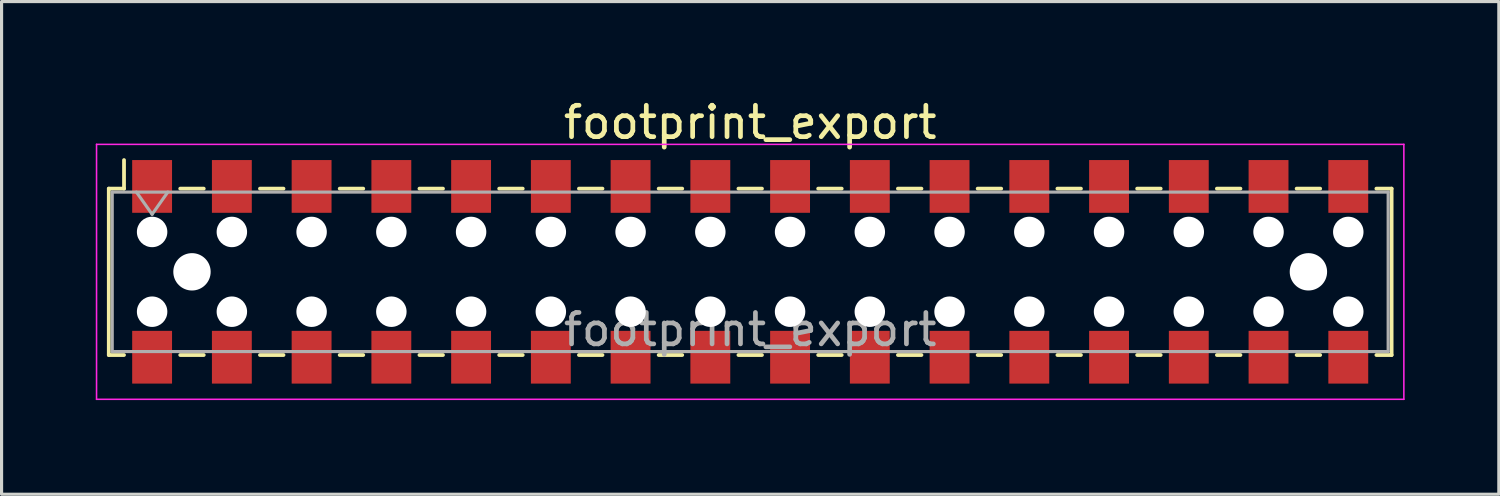
<source format=kicad_pcb>
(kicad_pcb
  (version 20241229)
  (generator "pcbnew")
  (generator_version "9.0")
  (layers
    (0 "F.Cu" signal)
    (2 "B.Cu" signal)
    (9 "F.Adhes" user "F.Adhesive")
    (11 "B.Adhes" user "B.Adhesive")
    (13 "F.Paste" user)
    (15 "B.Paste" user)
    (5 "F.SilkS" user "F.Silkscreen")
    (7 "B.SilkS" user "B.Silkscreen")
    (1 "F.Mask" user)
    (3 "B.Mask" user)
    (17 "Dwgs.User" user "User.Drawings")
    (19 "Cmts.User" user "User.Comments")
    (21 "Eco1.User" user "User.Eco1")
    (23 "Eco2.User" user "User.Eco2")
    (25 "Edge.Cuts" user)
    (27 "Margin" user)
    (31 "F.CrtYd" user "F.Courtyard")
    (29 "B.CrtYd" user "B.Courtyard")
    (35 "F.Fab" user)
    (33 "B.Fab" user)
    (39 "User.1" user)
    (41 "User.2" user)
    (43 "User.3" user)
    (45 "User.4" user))
  (footprint "footprint_export"
    (layer "F.Cu")
    (at 20.845 5.608)
    (property "Reference" "footprint_export" (at 0 -4.76 0) (layer "F.SilkS") (effects (font (size 1 1) (thickness 0.15))))
    (attr smd)
    (fp_line (start -20.43 -2.65) (end -20.43 2.65) (stroke (width 0.12) (type solid)) (layer "F.SilkS"))
    (fp_line (start -20.43 2.65) (end -19.945 2.65) (stroke (width 0.12) (type solid)) (layer "F.SilkS"))
    (fp_line (start -19.945 -3.56) (end -19.945 -2.65) (stroke (width 0.12) (type solid)) (layer "F.SilkS"))
    (fp_line (start -19.945 -2.65) (end -20.43 -2.65) (stroke (width 0.12) (type solid)) (layer "F.SilkS"))
    (fp_line (start -18.155 -2.65) (end -17.405 -2.65) (stroke (width 0.12) (type solid)) (layer "F.SilkS"))
    (fp_line (start -18.155 2.65) (end -17.405 2.65) (stroke (width 0.12) (type solid)) (layer "F.SilkS"))
    (fp_line (start -15.615 -2.65) (end -14.865 -2.65) (stroke (width 0.12) (type solid)) (layer "F.SilkS"))
    (fp_line (start -15.615 2.65) (end -14.865 2.65) (stroke (width 0.12) (type solid)) (layer "F.SilkS"))
    (fp_line (start -13.075 -2.65) (end -12.325 -2.65) (stroke (width 0.12) (type solid)) (layer "F.SilkS"))
    (fp_line (start -13.075 2.65) (end -12.325 2.65) (stroke (width 0.12) (type solid)) (layer "F.SilkS"))
    (fp_line (start -10.535 -2.65) (end -9.785 -2.65) (stroke (width 0.12) (type solid)) (layer "F.SilkS"))
    (fp_line (start -10.535 2.65) (end -9.785 2.65) (stroke (width 0.12) (type solid)) (layer "F.SilkS"))
    (fp_line (start -7.995 -2.65) (end -7.245 -2.65) (stroke (width 0.12) (type solid)) (layer "F.SilkS"))
    (fp_line (start -7.995 2.65) (end -7.245 2.65) (stroke (width 0.12) (type solid)) (layer "F.SilkS"))
    (fp_line (start -5.455 -2.65) (end -4.705 -2.65) (stroke (width 0.12) (type solid)) (layer "F.SilkS"))
    (fp_line (start -5.455 2.65) (end -4.705 2.65) (stroke (width 0.12) (type solid)) (layer "F.SilkS"))
    (fp_line (start -2.915 -2.65) (end -2.165 -2.65) (stroke (width 0.12) (type solid)) (layer "F.SilkS"))
    (fp_line (start -2.915 2.65) (end -2.165 2.65) (stroke (width 0.12) (type solid)) (layer "F.SilkS"))
    (fp_line (start -0.375 -2.65) (end 0.375 -2.65) (stroke (width 0.12) (type solid)) (layer "F.SilkS"))
    (fp_line (start -0.375 2.65) (end 0.375 2.65) (stroke (width 0.12) (type solid)) (layer "F.SilkS"))
    (fp_line (start 2.165 -2.65) (end 2.915 -2.65) (stroke (width 0.12) (type solid)) (layer "F.SilkS"))
    (fp_line (start 2.165 2.65) (end 2.915 2.65) (stroke (width 0.12) (type solid)) (layer "F.SilkS"))
    (fp_line (start 4.705 -2.65) (end 5.455 -2.65) (stroke (width 0.12) (type solid)) (layer "F.SilkS"))
    (fp_line (start 4.705 2.65) (end 5.455 2.65) (stroke (width 0.12) (type solid)) (layer "F.SilkS"))
    (fp_line (start 7.245 -2.65) (end 7.995 -2.65) (stroke (width 0.12) (type solid)) (layer "F.SilkS"))
    (fp_line (start 7.245 2.65) (end 7.995 2.65) (stroke (width 0.12) (type solid)) (layer "F.SilkS"))
    (fp_line (start 9.785 -2.65) (end 10.535 -2.65) (stroke (width 0.12) (type solid)) (layer "F.SilkS"))
    (fp_line (start 9.785 2.65) (end 10.535 2.65) (stroke (width 0.12) (type solid)) (layer "F.SilkS"))
    (fp_line (start 12.325 -2.65) (end 13.075 -2.65) (stroke (width 0.12) (type solid)) (layer "F.SilkS"))
    (fp_line (start 12.325 2.65) (end 13.075 2.65) (stroke (width 0.12) (type solid)) (layer "F.SilkS"))
    (fp_line (start 14.865 -2.65) (end 15.615 -2.65) (stroke (width 0.12) (type solid)) (layer "F.SilkS"))
    (fp_line (start 14.865 2.65) (end 15.615 2.65) (stroke (width 0.12) (type solid)) (layer "F.SilkS"))
    (fp_line (start 17.405 -2.65) (end 18.155 -2.65) (stroke (width 0.12) (type solid)) (layer "F.SilkS"))
    (fp_line (start 17.405 2.65) (end 18.155 2.65) (stroke (width 0.12) (type solid)) (layer "F.SilkS"))
    (fp_line (start 19.945 -2.65) (end 20.43 -2.65) (stroke (width 0.12) (type solid)) (layer "F.SilkS"))
    (fp_line (start 20.43 -2.65) (end 20.43 2.65) (stroke (width 0.12) (type solid)) (layer "F.SilkS"))
    (fp_line (start 20.43 2.65) (end 19.945 2.65) (stroke (width 0.12) (type solid)) (layer "F.SilkS"))
    (fp_line (start -20.82 -4.06) (end 20.82 -4.06) (stroke (width 0.05) (type solid)) (layer "F.CrtYd"))
    (fp_line (start -20.82 4.06) (end -20.82 -4.06) (stroke (width 0.05) (type solid)) (layer "F.CrtYd"))
    (fp_line (start 20.82 -4.06) (end 20.82 4.06) (stroke (width 0.05) (type solid)) (layer "F.CrtYd"))
    (fp_line (start 20.82 4.06) (end -20.82 4.06) (stroke (width 0.05) (type solid)) (layer "F.CrtYd"))
    (fp_line (start -20.32 -2.54) (end 20.32 -2.54) (stroke (width 0.1) (type solid)) (layer "F.Fab"))
    (fp_line (start -20.32 2.54) (end -20.32 -2.54) (stroke (width 0.1) (type solid)) (layer "F.Fab"))
    (fp_line (start -19.55 -2.54) (end -19.05 -1.833) (stroke (width 0.1) (type solid)) (layer "F.Fab"))
    (fp_line (start -19.05 -1.833) (end -18.55 -2.54) (stroke (width 0.1) (type solid)) (layer "F.Fab"))
    (fp_line (start 20.32 -2.54) (end 20.32 2.54) (stroke (width 0.1) (type solid)) (layer "F.Fab"))
    (fp_line (start 20.32 2.54) (end -20.32 2.54) (stroke (width 0.1) (type solid)) (layer "F.Fab"))
    (fp_text user "${REFERENCE}" (at 0 1.84 0) (layer "F.Fab") (effects (font (size 1 1) (thickness 0.15))))
    (pad "" np_thru_hole circle (at -19.05 -1.27) (size 0.97 0.97) (drill 0.97) (layers "*.Cu" "*.Mask"))
    (pad "" np_thru_hole circle (at -19.05 1.27) (size 0.97 0.97) (drill 0.97) (layers "*.Cu" "*.Mask"))
    (pad "" np_thru_hole circle (at -17.78 0) (size 1.19 1.19) (drill 1.19) (layers "*.Cu" "*.Mask"))
    (pad "" np_thru_hole circle (at -16.51 -1.27) (size 0.97 0.97) (drill 0.97) (layers "*.Cu" "*.Mask"))
    (pad "" np_thru_hole circle (at -16.51 1.27) (size 0.97 0.97) (drill 0.97) (layers "*.Cu" "*.Mask"))
    (pad "" np_thru_hole circle (at -13.97 -1.27) (size 0.97 0.97) (drill 0.97) (layers "*.Cu" "*.Mask"))
    (pad "" np_thru_hole circle (at -13.97 1.27) (size 0.97 0.97) (drill 0.97) (layers "*.Cu" "*.Mask"))
    (pad "" np_thru_hole circle (at -11.43 -1.27) (size 0.97 0.97) (drill 0.97) (layers "*.Cu" "*.Mask"))
    (pad "" np_thru_hole circle (at -11.43 1.27) (size 0.97 0.97) (drill 0.97) (layers "*.Cu" "*.Mask"))
    (pad "" np_thru_hole circle (at -8.89 -1.27) (size 0.97 0.97) (drill 0.97) (layers "*.Cu" "*.Mask"))
    (pad "" np_thru_hole circle (at -8.89 1.27) (size 0.97 0.97) (drill 0.97) (layers "*.Cu" "*.Mask"))
    (pad "" np_thru_hole circle (at -6.35 -1.27) (size 0.97 0.97) (drill 0.97) (layers "*.Cu" "*.Mask"))
    (pad "" np_thru_hole circle (at -6.35 1.27) (size 0.97 0.97) (drill 0.97) (layers "*.Cu" "*.Mask"))
    (pad "" np_thru_hole circle (at -3.81 -1.27) (size 0.97 0.97) (drill 0.97) (layers "*.Cu" "*.Mask"))
    (pad "" np_thru_hole circle (at -3.81 1.27) (size 0.97 0.97) (drill 0.97) (layers "*.Cu" "*.Mask"))
    (pad "" np_thru_hole circle (at -1.27 -1.27) (size 0.97 0.97) (drill 0.97) (layers "*.Cu" "*.Mask"))
    (pad "" np_thru_hole circle (at -1.27 1.27) (size 0.97 0.97) (drill 0.97) (layers "*.Cu" "*.Mask"))
    (pad "" np_thru_hole circle (at 1.27 -1.27) (size 0.97 0.97) (drill 0.97) (layers "*.Cu" "*.Mask"))
    (pad "" np_thru_hole circle (at 1.27 1.27) (size 0.97 0.97) (drill 0.97) (layers "*.Cu" "*.Mask"))
    (pad "" np_thru_hole circle (at 3.81 -1.27) (size 0.97 0.97) (drill 0.97) (layers "*.Cu" "*.Mask"))
    (pad "" np_thru_hole circle (at 3.81 1.27) (size 0.97 0.97) (drill 0.97) (layers "*.Cu" "*.Mask"))
    (pad "" np_thru_hole circle (at 6.35 -1.27) (size 0.97 0.97) (drill 0.97) (layers "*.Cu" "*.Mask"))
    (pad "" np_thru_hole circle (at 6.35 1.27) (size 0.97 0.97) (drill 0.97) (layers "*.Cu" "*.Mask"))
    (pad "" np_thru_hole circle (at 8.89 -1.27) (size 0.97 0.97) (drill 0.97) (layers "*.Cu" "*.Mask"))
    (pad "" np_thru_hole circle (at 8.89 1.27) (size 0.97 0.97) (drill 0.97) (layers "*.Cu" "*.Mask"))
    (pad "" np_thru_hole circle (at 11.43 -1.27) (size 0.97 0.97) (drill 0.97) (layers "*.Cu" "*.Mask"))
    (pad "" np_thru_hole circle (at 11.43 1.27) (size 0.97 0.97) (drill 0.97) (layers "*.Cu" "*.Mask"))
    (pad "" np_thru_hole circle (at 13.97 -1.27) (size 0.97 0.97) (drill 0.97) (layers "*.Cu" "*.Mask"))
    (pad "" np_thru_hole circle (at 13.97 1.27) (size 0.97 0.97) (drill 0.97) (layers "*.Cu" "*.Mask"))
    (pad "" np_thru_hole circle (at 16.51 -1.27) (size 0.97 0.97) (drill 0.97) (layers "*.Cu" "*.Mask"))
    (pad "" np_thru_hole circle (at 16.51 1.27) (size 0.97 0.97) (drill 0.97) (layers "*.Cu" "*.Mask"))
    (pad "" np_thru_hole circle (at 17.78 0) (size 1.19 1.19) (drill 1.19) (layers "*.Cu" "*.Mask"))
    (pad "" np_thru_hole circle (at 19.05 -1.27) (size 0.97 0.97) (drill 0.97) (layers "*.Cu" "*.Mask"))
    (pad "" np_thru_hole circle (at 19.05 1.27) (size 0.97 0.97) (drill 0.97) (layers "*.Cu" "*.Mask"))
    (pad "1" smd rect (at -19.05 -2.72) (size 1.27 1.68) (layers "F.Cu" "F.Mask" "F.Paste"))
    (pad "2" smd rect (at -19.05 2.72) (size 1.27 1.68) (layers "F.Cu" "F.Mask" "F.Paste"))
    (pad "3" smd rect (at -16.51 -2.72) (size 1.27 1.68) (layers "F.Cu" "F.Mask" "F.Paste"))
    (pad "4" smd rect (at -16.51 2.72) (size 1.27 1.68) (layers "F.Cu" "F.Mask" "F.Paste"))
    (pad "5" smd rect (at -13.97 -2.72) (size 1.27 1.68) (layers "F.Cu" "F.Mask" "F.Paste"))
    (pad "6" smd rect (at -13.97 2.72) (size 1.27 1.68) (layers "F.Cu" "F.Mask" "F.Paste"))
    (pad "7" smd rect (at -11.43 -2.72) (size 1.27 1.68) (layers "F.Cu" "F.Mask" "F.Paste"))
    (pad "8" smd rect (at -11.43 2.72) (size 1.27 1.68) (layers "F.Cu" "F.Mask" "F.Paste"))
    (pad "9" smd rect (at -8.89 -2.72) (size 1.27 1.68) (layers "F.Cu" "F.Mask" "F.Paste"))
    (pad "10" smd rect (at -8.89 2.72) (size 1.27 1.68) (layers "F.Cu" "F.Mask" "F.Paste"))
    (pad "11" smd rect (at -6.35 -2.72) (size 1.27 1.68) (layers "F.Cu" "F.Mask" "F.Paste"))
    (pad "12" smd rect (at -6.35 2.72) (size 1.27 1.68) (layers "F.Cu" "F.Mask" "F.Paste"))
    (pad "13" smd rect (at -3.81 -2.72) (size 1.27 1.68) (layers "F.Cu" "F.Mask" "F.Paste"))
    (pad "14" smd rect (at -3.81 2.72) (size 1.27 1.68) (layers "F.Cu" "F.Mask" "F.Paste"))
    (pad "15" smd rect (at -1.27 -2.72) (size 1.27 1.68) (layers "F.Cu" "F.Mask" "F.Paste"))
    (pad "16" smd rect (at -1.27 2.72) (size 1.27 1.68) (layers "F.Cu" "F.Mask" "F.Paste"))
    (pad "17" smd rect (at 1.27 -2.72) (size 1.27 1.68) (layers "F.Cu" "F.Mask" "F.Paste"))
    (pad "18" smd rect (at 1.27 2.72) (size 1.27 1.68) (layers "F.Cu" "F.Mask" "F.Paste"))
    (pad "19" smd rect (at 3.81 -2.72) (size 1.27 1.68) (layers "F.Cu" "F.Mask" "F.Paste"))
    (pad "20" smd rect (at 3.81 2.72) (size 1.27 1.68) (layers "F.Cu" "F.Mask" "F.Paste"))
    (pad "21" smd rect (at 6.35 -2.72) (size 1.27 1.68) (layers "F.Cu" "F.Mask" "F.Paste"))
    (pad "22" smd rect (at 6.35 2.72) (size 1.27 1.68) (layers "F.Cu" "F.Mask" "F.Paste"))
    (pad "23" smd rect (at 8.89 -2.72) (size 1.27 1.68) (layers "F.Cu" "F.Mask" "F.Paste"))
    (pad "24" smd rect (at 8.89 2.72) (size 1.27 1.68) (layers "F.Cu" "F.Mask" "F.Paste"))
    (pad "25" smd rect (at 11.43 -2.72) (size 1.27 1.68) (layers "F.Cu" "F.Mask" "F.Paste"))
    (pad "26" smd rect (at 11.43 2.72) (size 1.27 1.68) (layers "F.Cu" "F.Mask" "F.Paste"))
    (pad "27" smd rect (at 13.97 -2.72) (size 1.27 1.68) (layers "F.Cu" "F.Mask" "F.Paste"))
    (pad "28" smd rect (at 13.97 2.72) (size 1.27 1.68) (layers "F.Cu" "F.Mask" "F.Paste"))
    (pad "29" smd rect (at 16.51 -2.72) (size 1.27 1.68) (layers "F.Cu" "F.Mask" "F.Paste"))
    (pad "30" smd rect (at 16.51 2.72) (size 1.27 1.68) (layers "F.Cu" "F.Mask" "F.Paste"))
    (pad "31" smd rect (at 19.05 -2.72) (size 1.27 1.68) (layers "F.Cu" "F.Mask" "F.Paste"))
    (pad "32" smd rect (at 19.05 2.72) (size 1.27 1.68) (layers "F.Cu" "F.Mask" "F.Paste")))
  (gr_rect
    (start -3 -3)
    (end 44.69 12.693)
    (stroke (width 0.1) (type default))
    (fill no)
    (layer "Edge.Cuts")))
</source>
